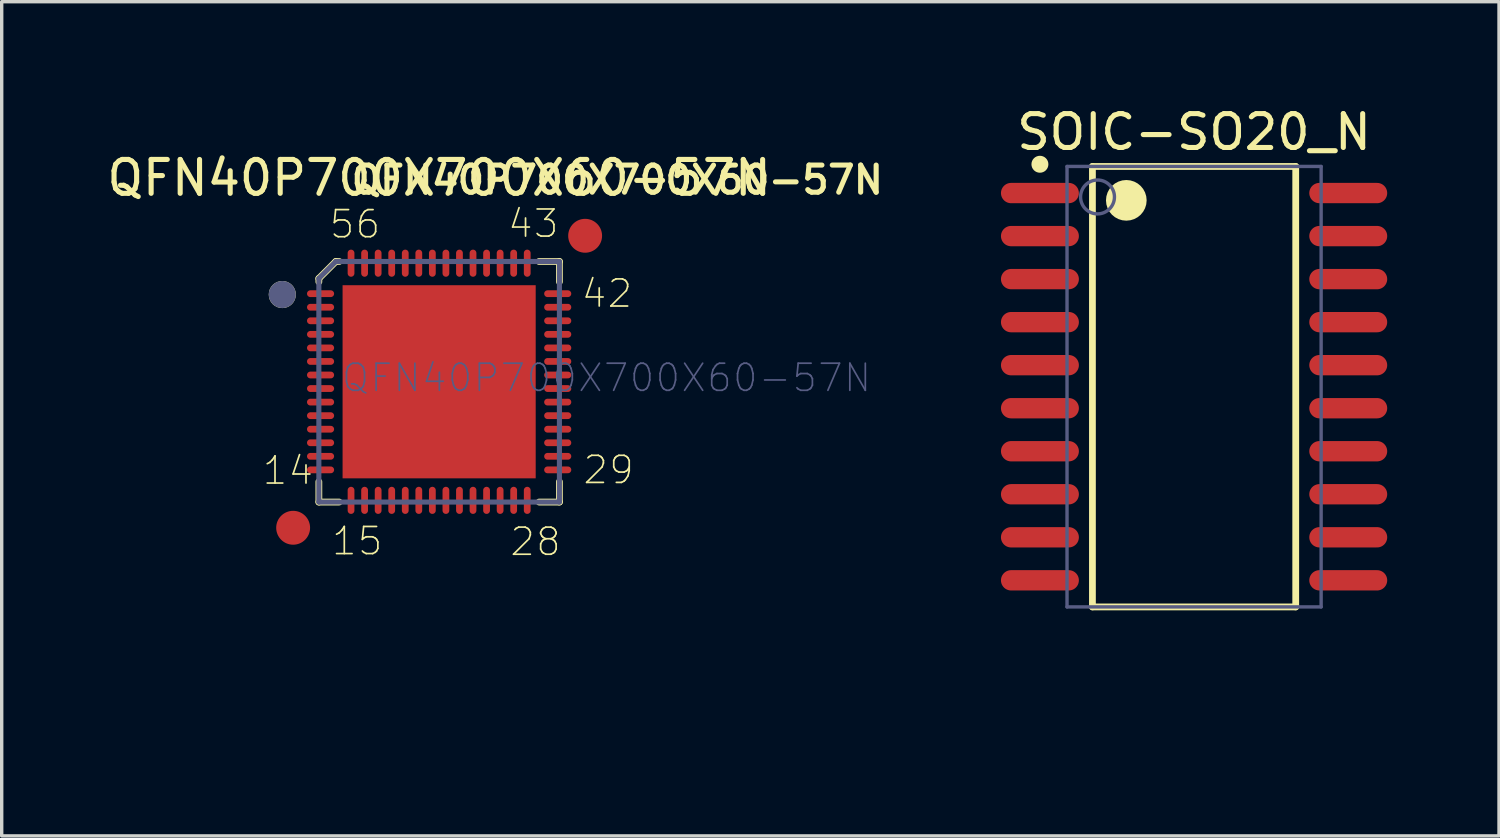
<source format=kicad_pcb>
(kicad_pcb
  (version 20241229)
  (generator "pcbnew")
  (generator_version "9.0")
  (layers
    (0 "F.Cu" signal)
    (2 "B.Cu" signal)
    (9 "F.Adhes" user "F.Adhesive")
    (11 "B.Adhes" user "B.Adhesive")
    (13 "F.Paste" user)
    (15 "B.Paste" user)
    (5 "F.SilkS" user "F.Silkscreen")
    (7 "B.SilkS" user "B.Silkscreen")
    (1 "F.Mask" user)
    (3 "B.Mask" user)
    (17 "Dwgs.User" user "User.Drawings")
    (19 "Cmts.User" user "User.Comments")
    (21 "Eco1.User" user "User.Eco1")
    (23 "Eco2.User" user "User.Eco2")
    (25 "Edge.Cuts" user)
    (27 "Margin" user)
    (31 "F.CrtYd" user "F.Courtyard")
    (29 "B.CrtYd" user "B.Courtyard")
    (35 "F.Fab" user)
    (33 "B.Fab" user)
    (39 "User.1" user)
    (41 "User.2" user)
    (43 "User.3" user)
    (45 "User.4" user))
  (footprint "QFN40P700X700X60-57N"
    (layer "F.Cu")
    (at 9.911 8.218)
    (property "Reference" "QFN40P700X700X60-57N" (at 0 -6.017 0) (layer "F.SilkS") (effects (font (size 1 1) (thickness 0.15))))
    (fp_line (start -3.55 -3.05) (end -3.05 -3.55) (stroke (width 0.2) (type solid)) (layer "F.SilkS"))
    (fp_line (start -3.55 -2.95) (end -3.55 -3.05) (stroke (width 0.2) (type solid)) (layer "F.SilkS"))
    (fp_line (start -3.55 3.55) (end -3.55 2.95) (stroke (width 0.2) (type solid)) (layer "F.SilkS"))
    (fp_line (start -3.55 3.55) (end -2.95 3.55) (stroke (width 0.2) (type solid)) (layer "F.SilkS"))
    (fp_line (start -3.05 -3.55) (end -2.95 -3.55) (stroke (width 0.2) (type solid)) (layer "F.SilkS"))
    (fp_line (start 2.95 -3.55) (end 3.55 -3.55) (stroke (width 0.2) (type solid)) (layer "F.SilkS"))
    (fp_line (start 2.951 3.55) (end 3.55 3.55) (stroke (width 0.2) (type solid)) (layer "F.SilkS"))
    (fp_line (start 3.55 -2.951) (end 3.55 -3.55) (stroke (width 0.2) (type solid)) (layer "F.SilkS"))
    (fp_line (start 3.55 3.55) (end 3.55 2.95) (stroke (width 0.2) (type solid)) (layer "F.SilkS"))
    (fp_circle (center -4.629 -2.575) (end -4.629 -2.775) (stroke (width 0.4) (type solid)) (fill no) (layer "F.SilkS"))
    (fp_poly (pts (xy -0.25 -0.25) (xy -2.35 -0.25) (xy -2.35 -2.35) (xy -0.25 -2.35)) (stroke (width 0) (type default)) (fill yes) (layer "F.Paste"))
    (fp_poly (pts (xy -0.25 2.35) (xy -2.35 2.35) (xy -2.35 0.25) (xy -0.25 0.25)) (stroke (width 0) (type default)) (fill yes) (layer "F.Paste"))
    (fp_poly (pts (xy 2.35 -0.25) (xy 0.25 -0.25) (xy 0.25 -2.35) (xy 2.35 -2.35)) (stroke (width 0) (type default)) (fill yes) (layer "F.Paste"))
    (fp_poly (pts (xy 2.35 2.35) (xy 0.25 2.35) (xy 0.25 0.25) (xy 2.35 0.25)) (stroke (width 0) (type default)) (fill yes) (layer "F.Paste"))
    (fp_line (start -5.295 -5.295) (end 5.295 -5.295) (stroke (width 0.05) (type solid)) (layer "Eco2.User"))
    (fp_line (start -5.295 5.295) (end -5.295 -5.295) (stroke (width 0.05) (type solid)) (layer "Eco2.User"))
    (fp_line (start -5.295 5.295) (end 5.295 5.295) (stroke (width 0.05) (type solid)) (layer "Eco2.User"))
    (fp_line (start 5.295 5.295) (end 5.295 -5.295) (stroke (width 0.05) (type solid)) (layer "Eco2.User"))
    (fp_line (start -3.55 -3.05) (end -3.05 -3.55) (stroke (width 0.15) (type solid)) (layer "B.Fab"))
    (fp_line (start -3.55 3.55) (end -3.55 -3.05) (stroke (width 0.15) (type solid)) (layer "B.Fab"))
    (fp_line (start -3.55 3.55) (end 3.55 3.55) (stroke (width 0.15) (type solid)) (layer "B.Fab"))
    (fp_line (start -3.05 -3.55) (end 3.55 -3.55) (stroke (width 0.15) (type solid)) (layer "B.Fab"))
    (fp_line (start 3.55 3.55) (end 3.55 -3.55) (stroke (width 0.15) (type solid)) (layer "B.Fab"))
    (fp_circle (center -4.629 -2.575) (end -4.629 -2.775) (stroke (width 0.4) (type solid)) (fill no) (layer "B.Fab"))
    (fp_text user "29" (at 4.206 3.07 0) (unlocked yes) (layer "F.SilkS") (effects (font (size 0.8 0.8) (thickness 0.05)) (justify left bottom)))
    (fp_text user "15" (at -3.213 5.171 0) (unlocked yes) (layer "F.SilkS") (effects (font (size 0.8 0.8) (thickness 0.05)) (justify left bottom)))
    (fp_text user "42" (at 4.159 -2.136 0) (unlocked yes) (layer "F.SilkS") (effects (font (size 0.8 0.8) (thickness 0.05)) (justify left bottom)))
    (fp_text user "43" (at 1.984 -4.2 0) (unlocked yes) (layer "F.SilkS") (effects (font (size 0.8 0.8) (thickness 0.05)) (justify left bottom)))
    (fp_text user "28" (at 2.049 5.19 0) (unlocked yes) (layer "F.SilkS") (effects (font (size 0.8 0.8) (thickness 0.05)) (justify left bottom)))
    (fp_text user "${REFERENCE}" (at -2.667 -5.49 0) (unlocked yes) (layer "F.SilkS") (effects (font (size 0.8 0.8) (thickness 0.15)) (justify left bottom)))
    (fp_text user "14" (at -5.258 3.089 0) (unlocked yes) (layer "F.SilkS") (effects (font (size 0.8 0.8) (thickness 0.05)) (justify left bottom)))
    (fp_text user "56" (at -3.278 -4.181 0) (unlocked yes) (layer "F.SilkS") (effects (font (size 0.8 0.8) (thickness 0.05)) (justify left bottom)))
    (fp_text user "C100M200K200" (at -4.05 10.242 0) (unlocked yes) (layer "Eco2.User") (effects (font (size 0.8 0.8) (thickness 0.05)) (justify left bottom)))
    (fp_text user "S570P4S210" (at -3.308 8.903 0) (unlocked yes) (layer "Eco2.User") (effects (font (size 0.8 0.8) (thickness 0.05)) (justify left bottom)))
    (fp_text user "B80_20" (at -1.975 7.699 0) (unlocked yes) (layer "Eco2.User") (effects (font (size 0.8 0.8) (thickness 0.05)) (justify left bottom)))
    (fp_text user "QFN40P700X700X60-57N" (at -6.35 -7.268 0) (unlocked yes) (layer "Eco2.User") (effects (font (size 0.8 0.8) (thickness 0.05)) (justify left bottom)))
    (fp_text user "${REFERENCE}" (at -2.921 0.352 0) (unlocked yes) (layer "B.Fab") (effects (font (size 0.8 0.8) (thickness 0.05)) (justify left bottom)))
    (pad "" smd circle (at -4.309 4.309) (size 1 1) (layers "F.Cu" "F.Mask" "F.Paste"))
    (pad "" smd circle (at 4.309 -4.309) (size 1 1) (layers "F.Cu" "F.Mask" "F.Paste"))
    (pad "1" smd oval (at -3.5 -2.6) (size 0.8 0.2) (layers "F.Cu" "F.Mask" "F.Paste"))
    (pad "2" smd oval (at -3.5 -2.2) (size 0.8 0.2) (layers "F.Cu" "F.Mask" "F.Paste"))
    (pad "3" smd oval (at -3.5 -1.8) (size 0.8 0.2) (layers "F.Cu" "F.Mask" "F.Paste"))
    (pad "4" smd oval (at -3.5 -1.4) (size 0.8 0.2) (layers "F.Cu" "F.Mask" "F.Paste"))
    (pad "5" smd oval (at -3.5 -1) (size 0.8 0.2) (layers "F.Cu" "F.Mask" "F.Paste"))
    (pad "6" smd oval (at -3.5 -0.6) (size 0.8 0.2) (layers "F.Cu" "F.Mask" "F.Paste"))
    (pad "7" smd oval (at -3.5 -0.2) (size 0.8 0.2) (layers "F.Cu" "F.Mask" "F.Paste"))
    (pad "8" smd oval (at -3.5 0.2) (size 0.8 0.2) (layers "F.Cu" "F.Mask" "F.Paste"))
    (pad "9" smd oval (at -3.5 0.6) (size 0.8 0.2) (layers "F.Cu" "F.Mask" "F.Paste"))
    (pad "10" smd oval (at -3.5 1) (size 0.8 0.2) (layers "F.Cu" "F.Mask" "F.Paste"))
    (pad "11" smd oval (at -3.5 1.4) (size 0.8 0.2) (layers "F.Cu" "F.Mask" "F.Paste"))
    (pad "12" smd oval (at -3.5 1.8) (size 0.8 0.2) (layers "F.Cu" "F.Mask" "F.Paste"))
    (pad "13" smd oval (at -3.5 2.2) (size 0.8 0.2) (layers "F.Cu" "F.Mask" "F.Paste"))
    (pad "14" smd oval (at -3.5 2.6) (size 0.8 0.2) (layers "F.Cu" "F.Mask" "F.Paste"))
    (pad "15" smd oval (at -2.6 3.5 90) (size 0.8 0.2) (layers "F.Cu" "F.Mask" "F.Paste"))
    (pad "16" smd oval (at -2.2 3.5 90) (size 0.8 0.2) (layers "F.Cu" "F.Mask" "F.Paste"))
    (pad "17" smd oval (at -1.8 3.5 90) (size 0.8 0.2) (layers "F.Cu" "F.Mask" "F.Paste"))
    (pad "18" smd oval (at -1.4 3.5 90) (size 0.8 0.2) (layers "F.Cu" "F.Mask" "F.Paste"))
    (pad "19" smd oval (at -1 3.5 90) (size 0.8 0.2) (layers "F.Cu" "F.Mask" "F.Paste"))
    (pad "20" smd oval (at -0.6 3.5 90) (size 0.8 0.2) (layers "F.Cu" "F.Mask" "F.Paste"))
    (pad "21" smd oval (at -0.2 3.5 90) (size 0.8 0.2) (layers "F.Cu" "F.Mask" "F.Paste"))
    (pad "22" smd oval (at 0.2 3.5 90) (size 0.8 0.2) (layers "F.Cu" "F.Mask" "F.Paste"))
    (pad "23" smd oval (at 0.6 3.5 90) (size 0.8 0.2) (layers "F.Cu" "F.Mask" "F.Paste"))
    (pad "24" smd oval (at 1 3.5 90) (size 0.8 0.2) (layers "F.Cu" "F.Mask" "F.Paste"))
    (pad "25" smd oval (at 1.4 3.5 90) (size 0.8 0.2) (layers "F.Cu" "F.Mask" "F.Paste"))
    (pad "26" smd oval (at 1.8 3.5 90) (size 0.8 0.2) (layers "F.Cu" "F.Mask" "F.Paste"))
    (pad "27" smd oval (at 2.2 3.5 90) (size 0.8 0.2) (layers "F.Cu" "F.Mask" "F.Paste"))
    (pad "28" smd oval (at 2.6 3.5 90) (size 0.8 0.2) (layers "F.Cu" "F.Mask" "F.Paste"))
    (pad "29" smd oval (at 3.5 2.6) (size 0.8 0.2) (layers "F.Cu" "F.Mask" "F.Paste"))
    (pad "30" smd oval (at 3.5 2.2) (size 0.8 0.2) (layers "F.Cu" "F.Mask" "F.Paste"))
    (pad "31" smd oval (at 3.5 1.8) (size 0.8 0.2) (layers "F.Cu" "F.Mask" "F.Paste"))
    (pad "32" smd oval (at 3.5 1.4) (size 0.8 0.2) (layers "F.Cu" "F.Mask" "F.Paste"))
    (pad "33" smd oval (at 3.5 1) (size 0.8 0.2) (layers "F.Cu" "F.Mask" "F.Paste"))
    (pad "34" smd oval (at 3.5 0.6) (size 0.8 0.2) (layers "F.Cu" "F.Mask" "F.Paste"))
    (pad "35" smd oval (at 3.5 0.2) (size 0.8 0.2) (layers "F.Cu" "F.Mask" "F.Paste"))
    (pad "36" smd oval (at 3.5 -0.2) (size 0.8 0.2) (layers "F.Cu" "F.Mask" "F.Paste"))
    (pad "37" smd oval (at 3.5 -0.6) (size 0.8 0.2) (layers "F.Cu" "F.Mask" "F.Paste"))
    (pad "38" smd oval (at 3.5 -1) (size 0.8 0.2) (layers "F.Cu" "F.Mask" "F.Paste"))
    (pad "39" smd oval (at 3.5 -1.4) (size 0.8 0.2) (layers "F.Cu" "F.Mask" "F.Paste"))
    (pad "40" smd oval (at 3.5 -1.8) (size 0.8 0.2) (layers "F.Cu" "F.Mask" "F.Paste"))
    (pad "41" smd oval (at 3.5 -2.2) (size 0.8 0.2) (layers "F.Cu" "F.Mask" "F.Paste"))
    (pad "42" smd oval (at 3.5 -2.6) (size 0.8 0.2) (layers "F.Cu" "F.Mask" "F.Paste"))
    (pad "43" smd oval (at 2.6 -3.5 90) (size 0.8 0.2) (layers "F.Cu" "F.Mask" "F.Paste"))
    (pad "44" smd oval (at 2.2 -3.5 90) (size 0.8 0.2) (layers "F.Cu" "F.Mask" "F.Paste"))
    (pad "45" smd oval (at 1.8 -3.5 90) (size 0.8 0.2) (layers "F.Cu" "F.Mask" "F.Paste"))
    (pad "46" smd oval (at 1.4 -3.5 90) (size 0.8 0.2) (layers "F.Cu" "F.Mask" "F.Paste"))
    (pad "47" smd oval (at 1 -3.5 90) (size 0.8 0.2) (layers "F.Cu" "F.Mask" "F.Paste"))
    (pad "48" smd oval (at 0.6 -3.5 90) (size 0.8 0.2) (layers "F.Cu" "F.Mask" "F.Paste"))
    (pad "49" smd oval (at 0.2 -3.5 90) (size 0.8 0.2) (layers "F.Cu" "F.Mask" "F.Paste"))
    (pad "50" smd oval (at -0.2 -3.5 90) (size 0.8 0.2) (layers "F.Cu" "F.Mask" "F.Paste"))
    (pad "51" smd oval (at -0.6 -3.5 90) (size 0.8 0.2) (layers "F.Cu" "F.Mask" "F.Paste"))
    (pad "52" smd oval (at -1 -3.5 90) (size 0.8 0.2) (layers "F.Cu" "F.Mask" "F.Paste"))
    (pad "53" smd oval (at -1.4 -3.5 90) (size 0.8 0.2) (layers "F.Cu" "F.Mask" "F.Paste"))
    (pad "54" smd oval (at -1.8 -3.5 90) (size 0.8 0.2) (layers "F.Cu" "F.Mask" "F.Paste"))
    (pad "55" smd oval (at -2.2 -3.5 90) (size 0.8 0.2) (layers "F.Cu" "F.Mask" "F.Paste"))
    (pad "56" smd oval (at -2.6 -3.5 90) (size 0.8 0.2) (layers "F.Cu" "F.Mask" "F.Paste"))
    (pad "57" smd rect (at 0 0 90) (size 5.7 5.7) (layers "F.Cu" "F.Mask" "F.Paste"))
    (zone (net_name "") (layer "F.Cu") (hatch edge 0.5) (connect_pads) (min_thickness 0.25) (filled_areas_thickness no) (keepout (tracks not_allowed) (vias not_allowed) (pads not_allowed) (copperpour not_allowed) (footprints allowed)) (placement (enabled no)) (fill) (polygon (pts (xy 5.895 11.559) (xy 6.079 11.634) (xy 6.244 11.745) (xy 6.384 11.885) (xy 6.494 12.05) (xy 6.57 12.234) (xy 6.609 12.428) (xy 6.609 12.627) (xy 6.57 12.822) (xy 6.494 13.005) (xy 6.384 13.17) (xy 6.244 13.31) (xy 6.079 13.421) (xy 5.895 13.497) (xy 5.7 13.535) (xy 5.502 13.535) (xy 5.307 13.497) (xy 5.124 13.421) (xy 4.959 13.31) (xy 4.818 13.17) (xy 4.708 13.005) (xy 4.632 12.822) (xy 4.593 12.627) (xy 4.593 12.43) (xy 4.614 12.43) (xy 4.614 12.625) (xy 4.652 12.816) (xy 4.726 12.995) (xy 4.834 13.157) (xy 4.972 13.295) (xy 5.134 13.403) (xy 5.313 13.477) (xy 5.504 13.515) (xy 5.698 13.515) (xy 5.889 13.477) (xy 6.069 13.403) (xy 6.231 13.295) (xy 6.368 13.157) (xy 6.476 12.995) (xy 6.551 12.816) (xy 6.589 12.625) (xy 6.589 12.43) (xy 6.551 12.24) (xy 6.476 12.06) (xy 6.368 11.898) (xy 6.231 11.761) (xy 6.069 11.653) (xy 5.889 11.578) (xy 5.698 11.54) (xy 5.504 11.54) (xy 5.313 11.578) (xy 5.134 11.653) (xy 4.972 11.761) (xy 4.834 11.898) (xy 4.726 12.06) (xy 4.652 12.24) (xy 4.614 12.43) (xy 4.593 12.43) (xy 4.593 12.428) (xy 4.632 12.234) (xy 4.708 12.05) (xy 4.818 11.885) (xy 4.959 11.745) (xy 5.124 11.634) (xy 5.307 11.559) (xy 5.502 11.52) (xy 5.7 11.52))))
    (zone (net_name "") (layer "F.Cu") (hatch edge 0.5) (connect_pads) (min_thickness 0.25) (filled_areas_thickness no) (keepout (tracks not_allowed) (vias not_allowed) (pads not_allowed) (copperpour not_allowed) (footprints allowed)) (placement (enabled no)) (fill) (polygon (pts (xy 14.514 2.94) (xy 14.698 3.015) (xy 14.863 3.126) (xy 15.003 3.266) (xy 15.113 3.431) (xy 15.189 3.615) (xy 15.228 3.809) (xy 15.228 4.008) (xy 15.189 4.203) (xy 15.113 4.386) (xy 15.003 4.551) (xy 14.863 4.691) (xy 14.698 4.802) (xy 14.514 4.878) (xy 14.319 4.916) (xy 14.121 4.916) (xy 13.926 4.878) (xy 13.743 4.802) (xy 13.578 4.691) (xy 13.437 4.551) (xy 13.327 4.386) (xy 13.251 4.203) (xy 13.212 4.008) (xy 13.212 3.811) (xy 13.233 3.811) (xy 13.233 4.006) (xy 13.271 4.197) (xy 13.345 4.376) (xy 13.453 4.538) (xy 13.591 4.676) (xy 13.753 4.784) (xy 13.932 4.858) (xy 14.123 4.896) (xy 14.317 4.896) (xy 14.508 4.858) (xy 14.688 4.784) (xy 14.85 4.676) (xy 14.987 4.538) (xy 15.095 4.376) (xy 15.17 4.197) (xy 15.208 4.006) (xy 15.208 3.811) (xy 15.17 3.621) (xy 15.095 3.441) (xy 14.987 3.279) (xy 14.85 3.142) (xy 14.688 3.034) (xy 14.508 2.959) (xy 14.317 2.921) (xy 14.123 2.921) (xy 13.932 2.959) (xy 13.753 3.034) (xy 13.591 3.142) (xy 13.453 3.279) (xy 13.345 3.441) (xy 13.271 3.621) (xy 13.233 3.811) (xy 13.212 3.811) (xy 13.212 3.809) (xy 13.251 3.615) (xy 13.327 3.431) (xy 13.437 3.266) (xy 13.578 3.126) (xy 13.743 3.015) (xy 13.926 2.94) (xy 14.121 2.901) (xy 14.319 2.901)))))
  (footprint "SOIC-SO20_N"
    (layer "F.Cu")
    (at 32.193 8.363)
    (property "Reference" "SOIC-SO20_N" (at 0 -7.515 0) (layer "F.SilkS") (effects (font (size 1 1) (thickness 0.15))))
    (fp_line (start -3 -6.5) (end 3 -6.5) (stroke (width 0.2) (type solid)) (layer "F.SilkS"))
    (fp_line (start -3 6.5) (end -3 -6.5) (stroke (width 0.2) (type solid)) (layer "F.SilkS"))
    (fp_line (start -3 6.5) (end 3 6.5) (stroke (width 0.2) (type solid)) (layer "F.SilkS"))
    (fp_line (start 3 6.5) (end 3 -6.5) (stroke (width 0.2) (type solid)) (layer "F.SilkS"))
    (fp_circle (center -4.55 -6.565) (end -4.55 -6.69) (stroke (width 0.25) (type solid)) (fill no) (layer "F.SilkS"))
    (fp_circle (center -2 -5.5) (end -2 -5.8) (stroke (width 0.6) (type solid)) (fill no) (layer "F.SilkS"))
    (fp_line (start -5.95 -6.75) (end 5.95 -6.75) (stroke (width 0.1) (type solid)) (layer "Eco2.User"))
    (fp_line (start -5.95 6.75) (end -5.95 -6.75) (stroke (width 0.1) (type solid)) (layer "Eco2.User"))
    (fp_line (start -5.95 6.75) (end 5.95 6.75) (stroke (width 0.1) (type solid)) (layer "Eco2.User"))
    (fp_line (start -0.5 0) (end 0.5 0) (stroke (width 0.1) (type solid)) (layer "Eco2.User"))
    (fp_line (start 0 0.5) (end 0 -0.5) (stroke (width 0.1) (type solid)) (layer "Eco2.User"))
    (fp_line (start 5.95 6.75) (end 5.95 -6.75) (stroke (width 0.1) (type solid)) (layer "Eco2.User"))
    (fp_line (start -3.75 -6.5) (end 3.75 -6.5) (stroke (width 0.1) (type solid)) (layer "B.Fab"))
    (fp_line (start -3.75 6.5) (end -3.75 -6.5) (stroke (width 0.1) (type solid)) (layer "B.Fab"))
    (fp_line (start -3.75 6.5) (end 3.75 6.5) (stroke (width 0.1) (type solid)) (layer "B.Fab"))
    (fp_line (start 3.75 6.5) (end 3.75 -6.5) (stroke (width 0.1) (type solid)) (layer "B.Fab"))
    (fp_circle (center -2.85 -5.6) (end -2.85 -6.1) (stroke (width 0.1) (type solid)) (fill no) (layer "B.Fab"))
    (pad "1" smd oval (at -4.55 -5.715 90) (size 0.6 2.3) (layers "F.Cu" "F.Mask" "F.Paste"))
    (pad "2" smd oval (at -4.55 -4.445 90) (size 0.6 2.3) (layers "F.Cu" "F.Mask" "F.Paste"))
    (pad "3" smd oval (at -4.55 -3.175 90) (size 0.6 2.3) (layers "F.Cu" "F.Mask" "F.Paste"))
    (pad "4" smd oval (at -4.55 -1.905 90) (size 0.6 2.3) (layers "F.Cu" "F.Mask" "F.Paste"))
    (pad "5" smd oval (at -4.55 -0.635 90) (size 0.6 2.3) (layers "F.Cu" "F.Mask" "F.Paste"))
    (pad "6" smd oval (at -4.55 0.635 90) (size 0.6 2.3) (layers "F.Cu" "F.Mask" "F.Paste"))
    (pad "7" smd oval (at -4.55 1.905 90) (size 0.6 2.3) (layers "F.Cu" "F.Mask" "F.Paste"))
    (pad "8" smd oval (at -4.55 3.175 90) (size 0.6 2.3) (layers "F.Cu" "F.Mask" "F.Paste"))
    (pad "9" smd oval (at -4.55 4.445 90) (size 0.6 2.3) (layers "F.Cu" "F.Mask" "F.Paste"))
    (pad "10" smd oval (at -4.55 5.715 90) (size 0.6 2.3) (layers "F.Cu" "F.Mask" "F.Paste"))
    (pad "11" smd oval (at 4.55 5.715 90) (size 0.6 2.3) (layers "F.Cu" "F.Mask" "F.Paste"))
    (pad "12" smd oval (at 4.55 4.445 90) (size 0.6 2.3) (layers "F.Cu" "F.Mask" "F.Paste"))
    (pad "13" smd oval (at 4.55 3.175 90) (size 0.6 2.3) (layers "F.Cu" "F.Mask" "F.Paste"))
    (pad "14" smd oval (at 4.55 1.905 90) (size 0.6 2.3) (layers "F.Cu" "F.Mask" "F.Paste"))
    (pad "15" smd oval (at 4.55 0.635 90) (size 0.6 2.3) (layers "F.Cu" "F.Mask" "F.Paste"))
    (pad "16" smd oval (at 4.55 -0.635 90) (size 0.6 2.3) (layers "F.Cu" "F.Mask" "F.Paste"))
    (pad "17" smd oval (at 4.55 -1.905 90) (size 0.6 2.3) (layers "F.Cu" "F.Mask" "F.Paste"))
    (pad "18" smd oval (at 4.55 -3.175 90) (size 0.6 2.3) (layers "F.Cu" "F.Mask" "F.Paste"))
    (pad "19" smd oval (at 4.55 -4.445 90) (size 0.6 2.3) (layers "F.Cu" "F.Mask" "F.Paste"))
    (pad "20" smd oval (at 4.55 -5.715 90) (size 0.6 2.3) (layers "F.Cu" "F.Mask" "F.Paste")))
  (gr_rect
    (start -3 -3)
    (end 41.193 21.621)
    (stroke (width 0.1) (type default))
    (fill no)
    (layer "Edge.Cuts")))
</source>
